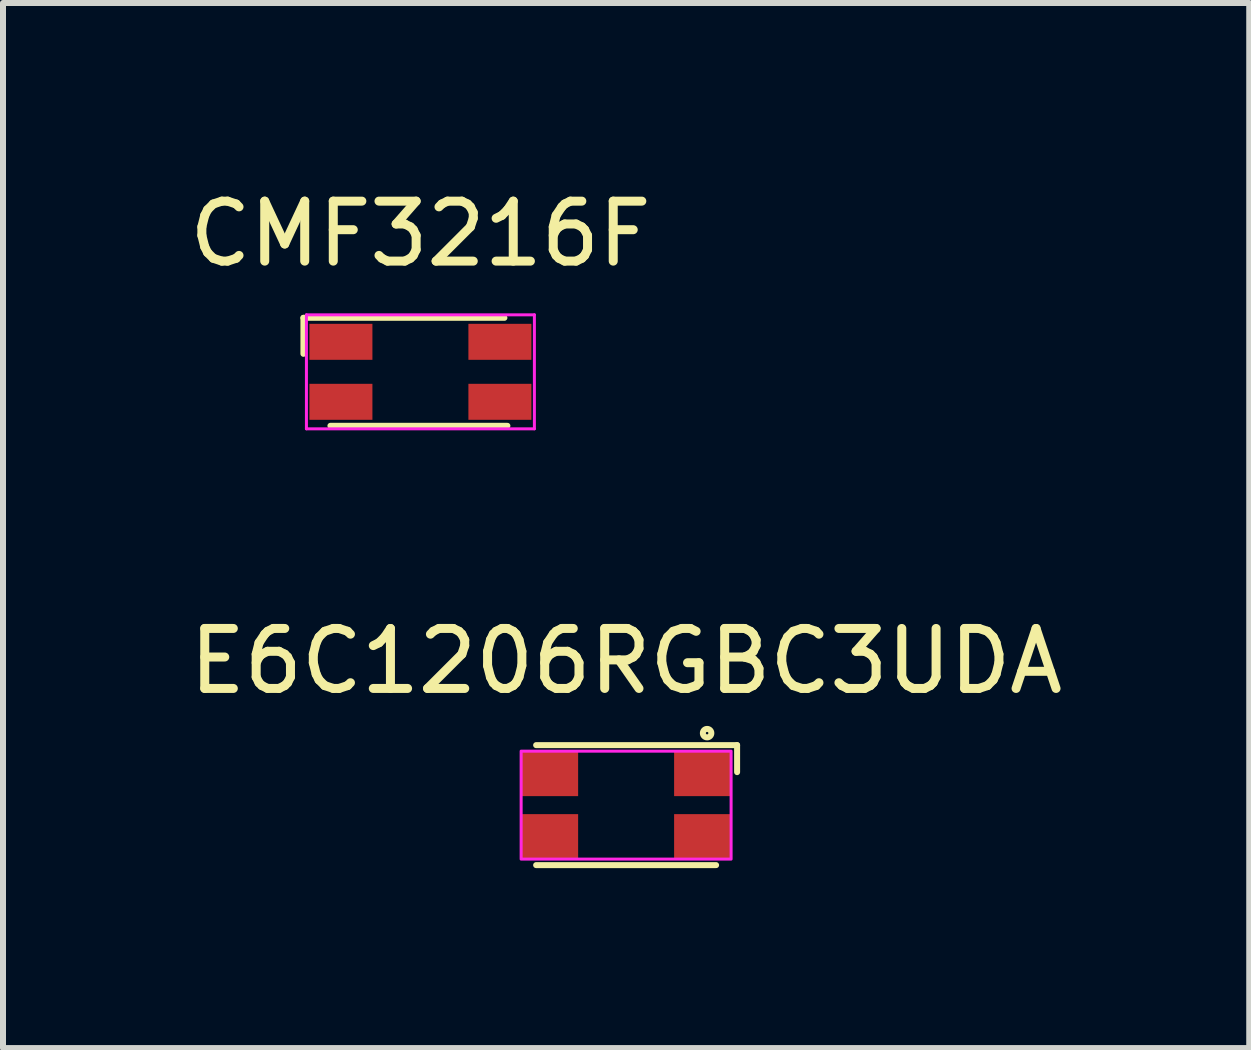
<source format=kicad_pcb>
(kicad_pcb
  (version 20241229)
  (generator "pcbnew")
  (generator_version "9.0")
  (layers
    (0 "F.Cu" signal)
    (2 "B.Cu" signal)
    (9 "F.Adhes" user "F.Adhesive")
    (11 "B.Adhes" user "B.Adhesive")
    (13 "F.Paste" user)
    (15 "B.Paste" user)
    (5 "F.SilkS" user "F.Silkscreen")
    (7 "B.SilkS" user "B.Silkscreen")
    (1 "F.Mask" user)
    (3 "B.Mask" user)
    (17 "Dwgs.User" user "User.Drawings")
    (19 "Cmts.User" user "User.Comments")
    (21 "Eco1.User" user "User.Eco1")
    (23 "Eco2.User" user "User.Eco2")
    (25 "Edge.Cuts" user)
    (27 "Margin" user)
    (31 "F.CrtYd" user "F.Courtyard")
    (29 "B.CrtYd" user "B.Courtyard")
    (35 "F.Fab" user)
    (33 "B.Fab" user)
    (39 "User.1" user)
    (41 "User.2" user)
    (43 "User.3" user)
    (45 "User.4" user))
  (footprint "CMF3216F"
    (layer "F.Cu")
    (at 3.958 3.148)
    (property "Reference" "CMF3216F" (at 0 -2.3 0) (layer "F.SilkS") (effects (font (size 1 1) (thickness 0.15))))
    (attr smd)
    (fp_line (start -1.95 -0.9) (end -1.95 -0.3) (stroke (width 0.1) (type default)) (layer "F.SilkS"))
    (fp_line (start 1.4 -0.9) (end -1.95 -0.9) (stroke (width 0.1) (type default)) (layer "F.SilkS"))
    (fp_line (start 1.45 0.9) (end -1.5 0.9) (stroke (width 0.1) (type default)) (layer "F.SilkS"))
    (fp_line (start -1.9 -0.95) (end 1.9 -0.95) (stroke (width 0.05) (type default)) (layer "F.CrtYd"))
    (fp_line (start -1.9 0.95) (end -1.9 -0.95) (stroke (width 0.05) (type default)) (layer "F.CrtYd"))
    (fp_line (start 1.9 -0.95) (end 1.9 0.95) (stroke (width 0.05) (type default)) (layer "F.CrtYd"))
    (fp_line (start 1.9 0.95) (end -1.9 0.95) (stroke (width 0.05) (type default)) (layer "F.CrtYd"))
    (pad "1" smd rect (at -1.325 -0.5 270) (size 0.6 1.05) (layers "F.Cu" "F.Mask" "F.Paste"))
    (pad "2" smd rect (at -1.325 0.5 270) (size 0.6 1.05) (layers "F.Cu" "F.Mask" "F.Paste"))
    (pad "3" smd rect (at 1.325 0.5 270) (size 0.6 1.05) (layers "F.Cu" "F.Mask" "F.Paste"))
    (pad "4" smd rect (at 1.325 -0.5 270) (size 0.6 1.05) (layers "F.Cu" "F.Mask" "F.Paste")))
  (footprint "E6C1206RGBC3UDA"
    (layer "F.Cu")
    (at 7.387 10.371)
    (property "Reference" "E6C1206RGBC3UDA" (at 0 -2.4 0) (layer "F.SilkS") (effects (font (size 1 1) (thickness 0.15))))
    (attr smd)
    (fp_line (start -1.5 -1) (end 1.85 -1) (stroke (width 0.1) (type default)) (layer "F.SilkS"))
    (fp_line (start -1.5 1) (end 1.5 1) (stroke (width 0.1) (type default)) (layer "F.SilkS"))
    (fp_line (start 1.85 -1) (end 1.85 -0.55) (stroke (width 0.1) (type default)) (layer "F.SilkS"))
    (fp_circle (center 1.35 -1.2) (end 1.4 -1.15) (stroke (width 0.1) (type default)) (fill no) (layer "F.SilkS"))
    (fp_rect (start -1.75 -0.9) (end 1.75 0.9) (stroke (width 0.05) (type default)) (fill no) (layer "F.CrtYd"))
    (pad "1" smd rect (at -1.275 -0.525 270) (size 0.75 0.95) (layers "F.Cu" "F.Mask" "F.Paste"))
    (pad "2" smd rect (at 1.275 -0.525 270) (size 0.75 0.95) (layers "F.Cu" "F.Mask" "F.Paste"))
    (pad "3" smd rect (at 1.275 0.525 270) (size 0.75 0.95) (layers "F.Cu" "F.Mask" "F.Paste"))
    (pad "4" smd rect (at -1.275 0.525 270) (size 0.75 0.95) (layers "F.Cu" "F.Mask" "F.Paste")))
  (gr_rect
    (start -3 -3)
    (end 17.774 14.421)
    (stroke (width 0.1) (type default))
    (fill no)
    (layer "Edge.Cuts")))
</source>
